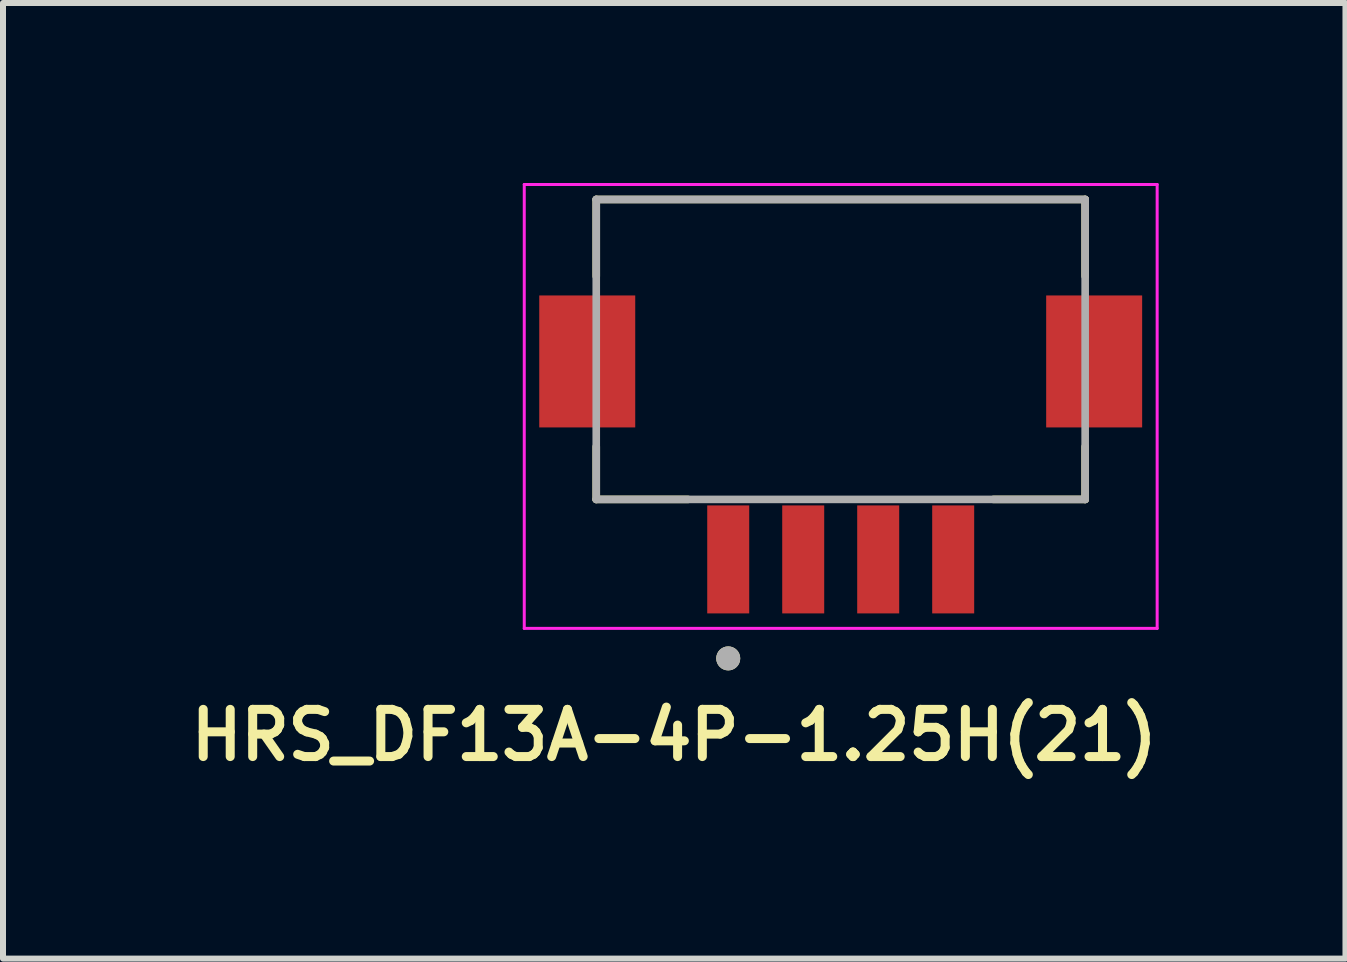
<source format=kicad_pcb>
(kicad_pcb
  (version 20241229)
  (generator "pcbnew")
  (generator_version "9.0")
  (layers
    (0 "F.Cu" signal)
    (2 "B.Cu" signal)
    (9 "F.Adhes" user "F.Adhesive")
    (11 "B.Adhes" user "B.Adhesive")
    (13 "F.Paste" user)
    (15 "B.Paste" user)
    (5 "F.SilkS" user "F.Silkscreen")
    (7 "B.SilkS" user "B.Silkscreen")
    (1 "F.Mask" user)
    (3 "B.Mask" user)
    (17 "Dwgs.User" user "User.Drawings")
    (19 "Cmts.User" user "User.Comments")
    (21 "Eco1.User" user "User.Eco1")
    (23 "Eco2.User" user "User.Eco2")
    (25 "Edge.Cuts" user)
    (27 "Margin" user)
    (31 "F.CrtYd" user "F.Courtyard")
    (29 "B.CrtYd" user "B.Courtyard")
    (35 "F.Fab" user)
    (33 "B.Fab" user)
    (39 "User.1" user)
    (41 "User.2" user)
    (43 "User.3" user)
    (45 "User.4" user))
  (footprint "HRS_DF13A-4P-1.25H(21)"
    (layer "F.Cu")
    (at 10.964 2.975)
    (property "Reference" "HRS_DF13A-4P-1.25H(21)" (at -2.775 6.23 0) (layer "F.SilkS") (effects (font (size 0.787 0.787) (thickness 0.15))))
    (attr smd)
    (fp_line (start -4.075 -2.7) (end -4.075 -1.42) (stroke (width 0.127) (type solid)) (layer "F.SilkS"))
    (fp_line (start -4.075 2.3) (end -4.075 1.42) (stroke (width 0.127) (type solid)) (layer "F.SilkS"))
    (fp_line (start -4.075 2.3) (end -2.545 2.3) (stroke (width 0.127) (type solid)) (layer "F.SilkS"))
    (fp_line (start 2.545 2.3) (end 4.075 2.3) (stroke (width 0.127) (type solid)) (layer "F.SilkS"))
    (fp_line (start 4.075 -2.7) (end -4.075 -2.7) (stroke (width 0.127) (type solid)) (layer "F.SilkS"))
    (fp_line (start 4.075 -1.42) (end 4.075 -2.7) (stroke (width 0.127) (type solid)) (layer "F.SilkS"))
    (fp_line (start 4.075 2.3) (end 4.075 1.42) (stroke (width 0.127) (type solid)) (layer "F.SilkS"))
    (fp_circle (center -1.875 4.95) (end -1.775 4.95) (stroke (width 0.2) (type solid)) (fill no) (layer "F.SilkS"))
    (fp_line (start -5.275 -2.95) (end -5.275 4.45) (stroke (width 0.05) (type solid)) (layer "F.CrtYd"))
    (fp_line (start -5.275 4.45) (end 5.275 4.45) (stroke (width 0.05) (type solid)) (layer "F.CrtYd"))
    (fp_line (start 5.275 -2.95) (end -5.275 -2.95) (stroke (width 0.05) (type solid)) (layer "F.CrtYd"))
    (fp_line (start 5.275 4.45) (end 5.275 -2.95) (stroke (width 0.05) (type solid)) (layer "F.CrtYd"))
    (fp_line (start -4.075 -2.7) (end -4.075 2.3) (stroke (width 0.127) (type solid)) (layer "F.Fab"))
    (fp_line (start -4.075 2.3) (end 4.075 2.3) (stroke (width 0.127) (type solid)) (layer "F.Fab"))
    (fp_line (start 4.075 -2.7) (end -4.075 -2.7) (stroke (width 0.127) (type solid)) (layer "F.Fab"))
    (fp_line (start 4.075 2.3) (end 4.075 -2.7) (stroke (width 0.127) (type solid)) (layer "F.Fab"))
    (fp_circle (center -1.875 4.95) (end -1.775 4.95) (stroke (width 0.2) (type solid)) (fill no) (layer "F.Fab"))
    (pad "1" smd rect (at -1.875 3.3) (size 0.7 1.8) (layers "F.Cu" "F.Mask" "F.Paste"))
    (pad "2" smd rect (at -0.625 3.3) (size 0.7 1.8) (layers "F.Cu" "F.Mask" "F.Paste"))
    (pad "3" smd rect (at 0.625 3.3) (size 0.7 1.8) (layers "F.Cu" "F.Mask" "F.Paste"))
    (pad "4" smd rect (at 1.875 3.3) (size 0.7 1.8) (layers "F.Cu" "F.Mask" "F.Paste"))
    (pad "S1" smd rect (at -4.225 0) (size 1.6 2.2) (layers "F.Cu" "F.Mask" "F.Paste"))
    (pad "S2" smd rect (at 4.225 0) (size 1.6 2.2) (layers "F.Cu" "F.Mask" "F.Paste")))
  (gr_rect
    (start -3 -3)
    (end 19.378 12.929)
    (stroke (width 0.1) (type default))
    (fill no)
    (layer "Edge.Cuts")))
</source>
